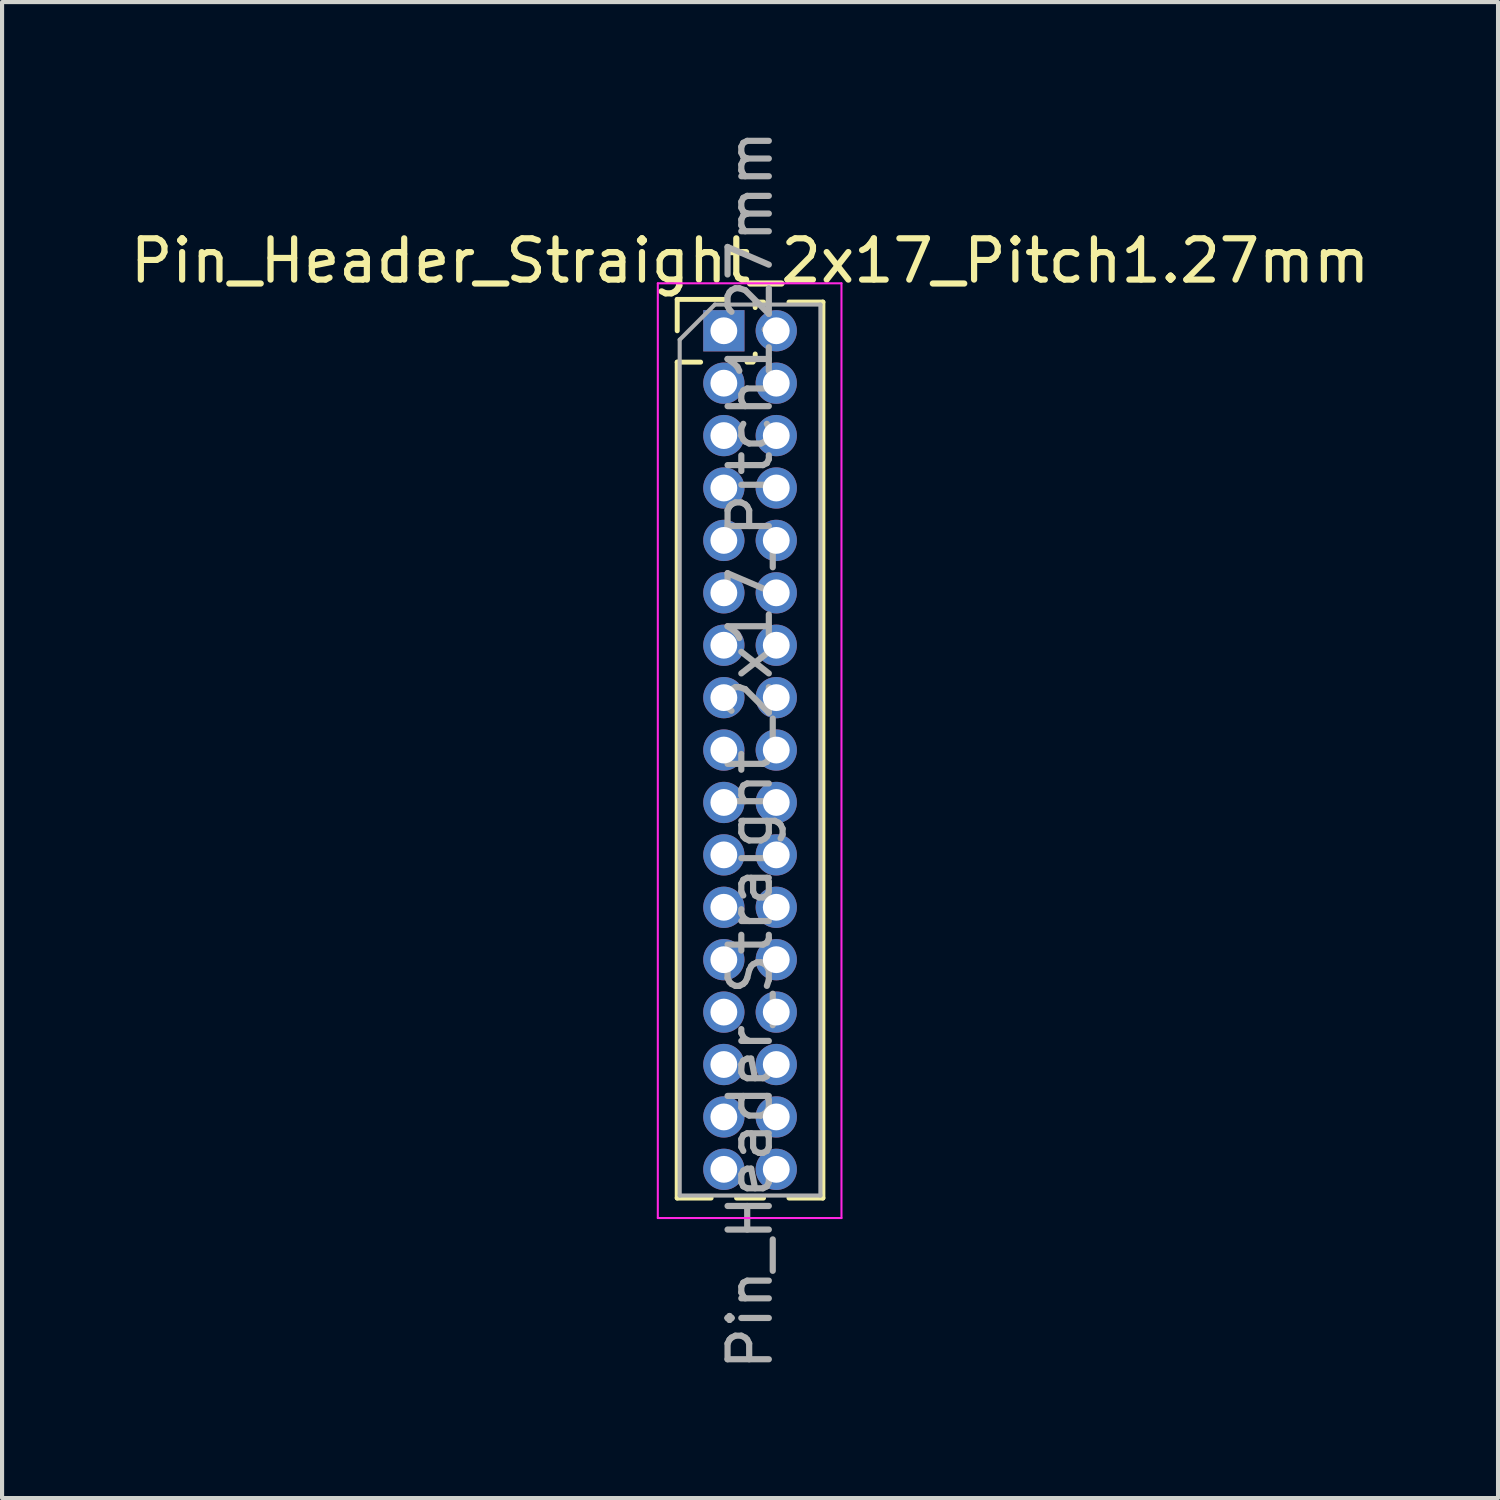
<source format=kicad_pcb>
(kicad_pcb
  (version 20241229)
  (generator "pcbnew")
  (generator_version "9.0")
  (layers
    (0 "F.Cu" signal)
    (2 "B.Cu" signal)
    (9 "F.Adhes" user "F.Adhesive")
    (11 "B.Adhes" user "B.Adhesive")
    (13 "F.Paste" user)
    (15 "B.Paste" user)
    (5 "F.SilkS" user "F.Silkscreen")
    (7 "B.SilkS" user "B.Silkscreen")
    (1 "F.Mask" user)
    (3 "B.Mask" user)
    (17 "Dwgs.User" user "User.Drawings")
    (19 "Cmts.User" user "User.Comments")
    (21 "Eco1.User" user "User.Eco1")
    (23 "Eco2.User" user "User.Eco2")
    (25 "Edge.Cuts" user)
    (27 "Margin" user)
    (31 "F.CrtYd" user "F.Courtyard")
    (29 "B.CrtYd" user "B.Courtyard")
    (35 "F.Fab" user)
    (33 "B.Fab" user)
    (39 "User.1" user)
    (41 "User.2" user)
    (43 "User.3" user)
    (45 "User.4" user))
  (footprint "Pin_Header_Straight_2x17_Pitch1.27mm"
    (layer "F.Cu")
    (at 14.49 4.965)
    (property "Reference" "Pin_Header_Straight_2x17_Pitch1.27mm" (at 0.635 -1.695 0) (layer "F.SilkS") (effects (font (size 1 1) (thickness 0.15))))
    (attr through_hole)
    (fp_line (start -1.13 -0.76) (end 0 -0.76) (stroke (width 0.12) (type solid)) (layer "F.SilkS"))
    (fp_line (start -1.13 0) (end -1.13 -0.76) (stroke (width 0.12) (type solid)) (layer "F.SilkS"))
    (fp_line (start -1.13 0.76) (end -1.13 21.015) (stroke (width 0.12) (type solid)) (layer "F.SilkS"))
    (fp_line (start -1.13 0.76) (end -0.563 0.76) (stroke (width 0.12) (type solid)) (layer "F.SilkS"))
    (fp_line (start -1.13 21.015) (end -0.308 21.015) (stroke (width 0.12) (type solid)) (layer "F.SilkS"))
    (fp_line (start 0.308 21.015) (end 0.962 21.015) (stroke (width 0.12) (type solid)) (layer "F.SilkS"))
    (fp_line (start 0.563 0.76) (end 0.707 0.76) (stroke (width 0.12) (type solid)) (layer "F.SilkS"))
    (fp_line (start 0.76 -0.695) (end 0.962 -0.695) (stroke (width 0.12) (type solid)) (layer "F.SilkS"))
    (fp_line (start 0.76 -0.563) (end 0.76 -0.695) (stroke (width 0.12) (type solid)) (layer "F.SilkS"))
    (fp_line (start 0.76 0.707) (end 0.76 0.563) (stroke (width 0.12) (type solid)) (layer "F.SilkS"))
    (fp_line (start 1.578 -0.695) (end 2.4 -0.695) (stroke (width 0.12) (type solid)) (layer "F.SilkS"))
    (fp_line (start 1.578 21.015) (end 2.4 21.015) (stroke (width 0.12) (type solid)) (layer "F.SilkS"))
    (fp_line (start 2.4 -0.695) (end 2.4 21.015) (stroke (width 0.12) (type solid)) (layer "F.SilkS"))
    (fp_line (start -1.6 -1.15) (end -1.6 21.5) (stroke (width 0.05) (type solid)) (layer "F.CrtYd"))
    (fp_line (start -1.6 21.5) (end 2.85 21.5) (stroke (width 0.05) (type solid)) (layer "F.CrtYd"))
    (fp_line (start 2.85 -1.15) (end -1.6 -1.15) (stroke (width 0.05) (type solid)) (layer "F.CrtYd"))
    (fp_line (start 2.85 21.5) (end 2.85 -1.15) (stroke (width 0.05) (type solid)) (layer "F.CrtYd"))
    (fp_line (start -1.07 0.217) (end -0.217 -0.635) (stroke (width 0.1) (type solid)) (layer "F.Fab"))
    (fp_line (start -1.07 20.955) (end -1.07 0.217) (stroke (width 0.1) (type solid)) (layer "F.Fab"))
    (fp_line (start -0.217 -0.635) (end 2.34 -0.635) (stroke (width 0.1) (type solid)) (layer "F.Fab"))
    (fp_line (start 2.34 -0.635) (end 2.34 20.955) (stroke (width 0.1) (type solid)) (layer "F.Fab"))
    (fp_line (start 2.34 20.955) (end -1.07 20.955) (stroke (width 0.1) (type solid)) (layer "F.Fab"))
    (fp_text user "${REFERENCE}" (at 0.635 10.16 90) (layer "F.Fab") (effects (font (size 1 1) (thickness 0.15))))
    (pad "1" thru_hole rect (at 0 0) (size 1 1) (drill 0.65) (layers "*.Cu" "*.Mask"))
    (pad "2" thru_hole oval (at 1.27 0) (size 1 1) (drill 0.65) (layers "*.Cu" "*.Mask"))
    (pad "3" thru_hole oval (at 0 1.27) (size 1 1) (drill 0.65) (layers "*.Cu" "*.Mask"))
    (pad "4" thru_hole oval (at 1.27 1.27) (size 1 1) (drill 0.65) (layers "*.Cu" "*.Mask"))
    (pad "5" thru_hole oval (at 0 2.54) (size 1 1) (drill 0.65) (layers "*.Cu" "*.Mask"))
    (pad "6" thru_hole oval (at 1.27 2.54) (size 1 1) (drill 0.65) (layers "*.Cu" "*.Mask"))
    (pad "7" thru_hole oval (at 0 3.81) (size 1 1) (drill 0.65) (layers "*.Cu" "*.Mask"))
    (pad "8" thru_hole oval (at 1.27 3.81) (size 1 1) (drill 0.65) (layers "*.Cu" "*.Mask"))
    (pad "9" thru_hole oval (at 0 5.08) (size 1 1) (drill 0.65) (layers "*.Cu" "*.Mask"))
    (pad "10" thru_hole oval (at 1.27 5.08) (size 1 1) (drill 0.65) (layers "*.Cu" "*.Mask"))
    (pad "11" thru_hole oval (at 0 6.35) (size 1 1) (drill 0.65) (layers "*.Cu" "*.Mask"))
    (pad "12" thru_hole oval (at 1.27 6.35) (size 1 1) (drill 0.65) (layers "*.Cu" "*.Mask"))
    (pad "13" thru_hole oval (at 0 7.62) (size 1 1) (drill 0.65) (layers "*.Cu" "*.Mask"))
    (pad "14" thru_hole oval (at 1.27 7.62) (size 1 1) (drill 0.65) (layers "*.Cu" "*.Mask"))
    (pad "15" thru_hole oval (at 0 8.89) (size 1 1) (drill 0.65) (layers "*.Cu" "*.Mask"))
    (pad "16" thru_hole oval (at 1.27 8.89) (size 1 1) (drill 0.65) (layers "*.Cu" "*.Mask"))
    (pad "17" thru_hole oval (at 0 10.16) (size 1 1) (drill 0.65) (layers "*.Cu" "*.Mask"))
    (pad "18" thru_hole oval (at 1.27 10.16) (size 1 1) (drill 0.65) (layers "*.Cu" "*.Mask"))
    (pad "19" thru_hole oval (at 0 11.43) (size 1 1) (drill 0.65) (layers "*.Cu" "*.Mask"))
    (pad "20" thru_hole oval (at 1.27 11.43) (size 1 1) (drill 0.65) (layers "*.Cu" "*.Mask"))
    (pad "21" thru_hole oval (at 0 12.7) (size 1 1) (drill 0.65) (layers "*.Cu" "*.Mask"))
    (pad "22" thru_hole oval (at 1.27 12.7) (size 1 1) (drill 0.65) (layers "*.Cu" "*.Mask"))
    (pad "23" thru_hole oval (at 0 13.97) (size 1 1) (drill 0.65) (layers "*.Cu" "*.Mask"))
    (pad "24" thru_hole oval (at 1.27 13.97) (size 1 1) (drill 0.65) (layers "*.Cu" "*.Mask"))
    (pad "25" thru_hole oval (at 0 15.24) (size 1 1) (drill 0.65) (layers "*.Cu" "*.Mask"))
    (pad "26" thru_hole oval (at 1.27 15.24) (size 1 1) (drill 0.65) (layers "*.Cu" "*.Mask"))
    (pad "27" thru_hole oval (at 0 16.51) (size 1 1) (drill 0.65) (layers "*.Cu" "*.Mask"))
    (pad "28" thru_hole oval (at 1.27 16.51) (size 1 1) (drill 0.65) (layers "*.Cu" "*.Mask"))
    (pad "29" thru_hole oval (at 0 17.78) (size 1 1) (drill 0.65) (layers "*.Cu" "*.Mask"))
    (pad "30" thru_hole oval (at 1.27 17.78) (size 1 1) (drill 0.65) (layers "*.Cu" "*.Mask"))
    (pad "31" thru_hole oval (at 0 19.05) (size 1 1) (drill 0.65) (layers "*.Cu" "*.Mask"))
    (pad "32" thru_hole oval (at 1.27 19.05) (size 1 1) (drill 0.65) (layers "*.Cu" "*.Mask"))
    (pad "33" thru_hole oval (at 0 20.32) (size 1 1) (drill 0.65) (layers "*.Cu" "*.Mask"))
    (pad "34" thru_hole oval (at 1.27 20.32) (size 1 1) (drill 0.65) (layers "*.Cu" "*.Mask")))
  (gr_rect
    (start -3 -3)
    (end 33.25 33.25)
    (stroke (width 0.1) (type default))
    (fill no)
    (layer "Edge.Cuts")))
</source>
